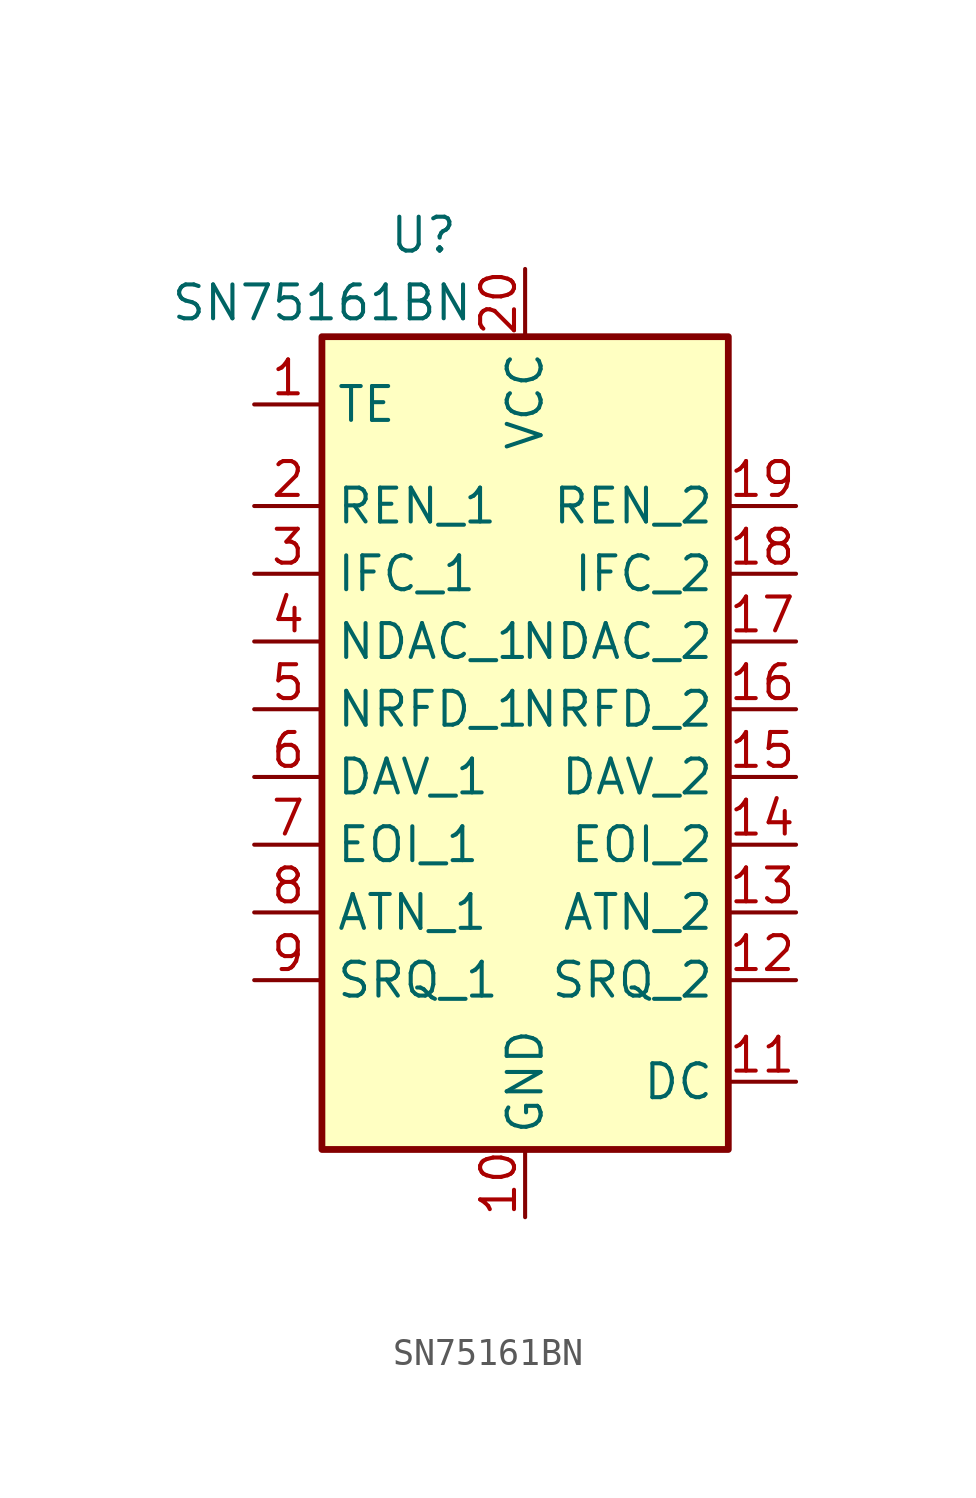
<source format=kicad_sym>
(kicad_symbol_lib
  (version 20211014)
  (generator kicad_symbol_editor)
  (symbol "SN75161BN"
    (property "Reference" "U"
      (at -3.81 19.05 0)
      (effects (font (size 1.27 1.27))))
    (property "Value" "SN75161BN"
      (at -7.62 16.51 0)
      (effects (font (size 1.27 1.27))))
    (symbol "SN75161BN_1_1"
      (rectangle (start -7.62 15.24) (end 7.62 -15.24) (stroke (width 0.254) (type default) (color 0 0 0 0)) (fill (type background)))
      (pin input line (at -10.16 12.7 0) (length 2.54) (name "TE" (effects (font (size 1.27 1.27)))) (number "1" (effects (font (size 1.27 1.27)))))
      (pin power_in line (at 0 -17.78 90) (length 2.54) (name "GND" (effects (font (size 1.27 1.27)))) (number "10" (effects (font (size 1.27 1.27)))))
      (pin input line (at 10.16 -12.7 180) (length 2.54) (name "DC" (effects (font (size 1.27 1.27)))) (number "11" (effects (font (size 1.27 1.27)))))
      (pin bidirectional line (at 10.16 -8.89 180) (length 2.54) (name "SRQ_2" (effects (font (size 1.27 1.27)))) (number "12" (effects (font (size 1.27 1.27)))))
      (pin bidirectional line (at 10.16 -6.35 180) (length 2.54) (name "ATN_2" (effects (font (size 1.27 1.27)))) (number "13" (effects (font (size 1.27 1.27)))))
      (pin bidirectional line (at 10.16 -3.81 180) (length 2.54) (name "EOI_2" (effects (font (size 1.27 1.27)))) (number "14" (effects (font (size 1.27 1.27)))))
      (pin bidirectional line (at 10.16 -1.27 180) (length 2.54) (name "DAV_2" (effects (font (size 1.27 1.27)))) (number "15" (effects (font (size 1.27 1.27)))))
      (pin bidirectional line (at 10.16 1.27 180) (length 2.54) (name "NRFD_2" (effects (font (size 1.27 1.27)))) (number "16" (effects (font (size 1.27 1.27)))))
      (pin bidirectional line (at 10.16 3.81 180) (length 2.54) (name "NDAC_2" (effects (font (size 1.27 1.27)))) (number "17" (effects (font (size 1.27 1.27)))))
      (pin bidirectional line (at 10.16 6.35 180) (length 2.54) (name "IFC_2" (effects (font (size 1.27 1.27)))) (number "18" (effects (font (size 1.27 1.27)))))
      (pin bidirectional line (at 10.16 8.89 180) (length 2.54) (name "REN_2" (effects (font (size 1.27 1.27)))) (number "19" (effects (font (size 1.27 1.27)))))
      (pin bidirectional line (at -10.16 8.89 0) (length 2.54) (name "REN_1" (effects (font (size 1.27 1.27)))) (number "2" (effects (font (size 1.27 1.27)))))
      (pin power_in line (at 0 17.78 270) (length 2.54) (name "VCC" (effects (font (size 1.27 1.27)))) (number "20" (effects (font (size 1.27 1.27)))))
      (pin bidirectional line (at -10.16 6.35 0) (length 2.54) (name "IFC_1" (effects (font (size 1.27 1.27)))) (number "3" (effects (font (size 1.27 1.27)))))
      (pin bidirectional line (at -10.16 3.81 0) (length 2.54) (name "NDAC_1" (effects (font (size 1.27 1.27)))) (number "4" (effects (font (size 1.27 1.27)))))
      (pin bidirectional line (at -10.16 1.27 0) (length 2.54) (name "NRFD_1" (effects (font (size 1.27 1.27)))) (number "5" (effects (font (size 1.27 1.27)))))
      (pin bidirectional line (at -10.16 -1.27 0) (length 2.54) (name "DAV_1" (effects (font (size 1.27 1.27)))) (number "6" (effects (font (size 1.27 1.27)))))
      (pin bidirectional line (at -10.16 -3.81 0) (length 2.54) (name "EOI_1" (effects (font (size 1.27 1.27)))) (number "7" (effects (font (size 1.27 1.27)))))
      (pin bidirectional line (at -10.16 -6.35 0) (length 2.54) (name "ATN_1" (effects (font (size 1.27 1.27)))) (number "8" (effects (font (size 1.27 1.27)))))
      (pin bidirectional line (at -10.16 -8.89 0) (length 2.54) (name "SRQ_1" (effects (font (size 1.27 1.27)))) (number "9" (effects (font (size 1.27 1.27))))))))
</source>
